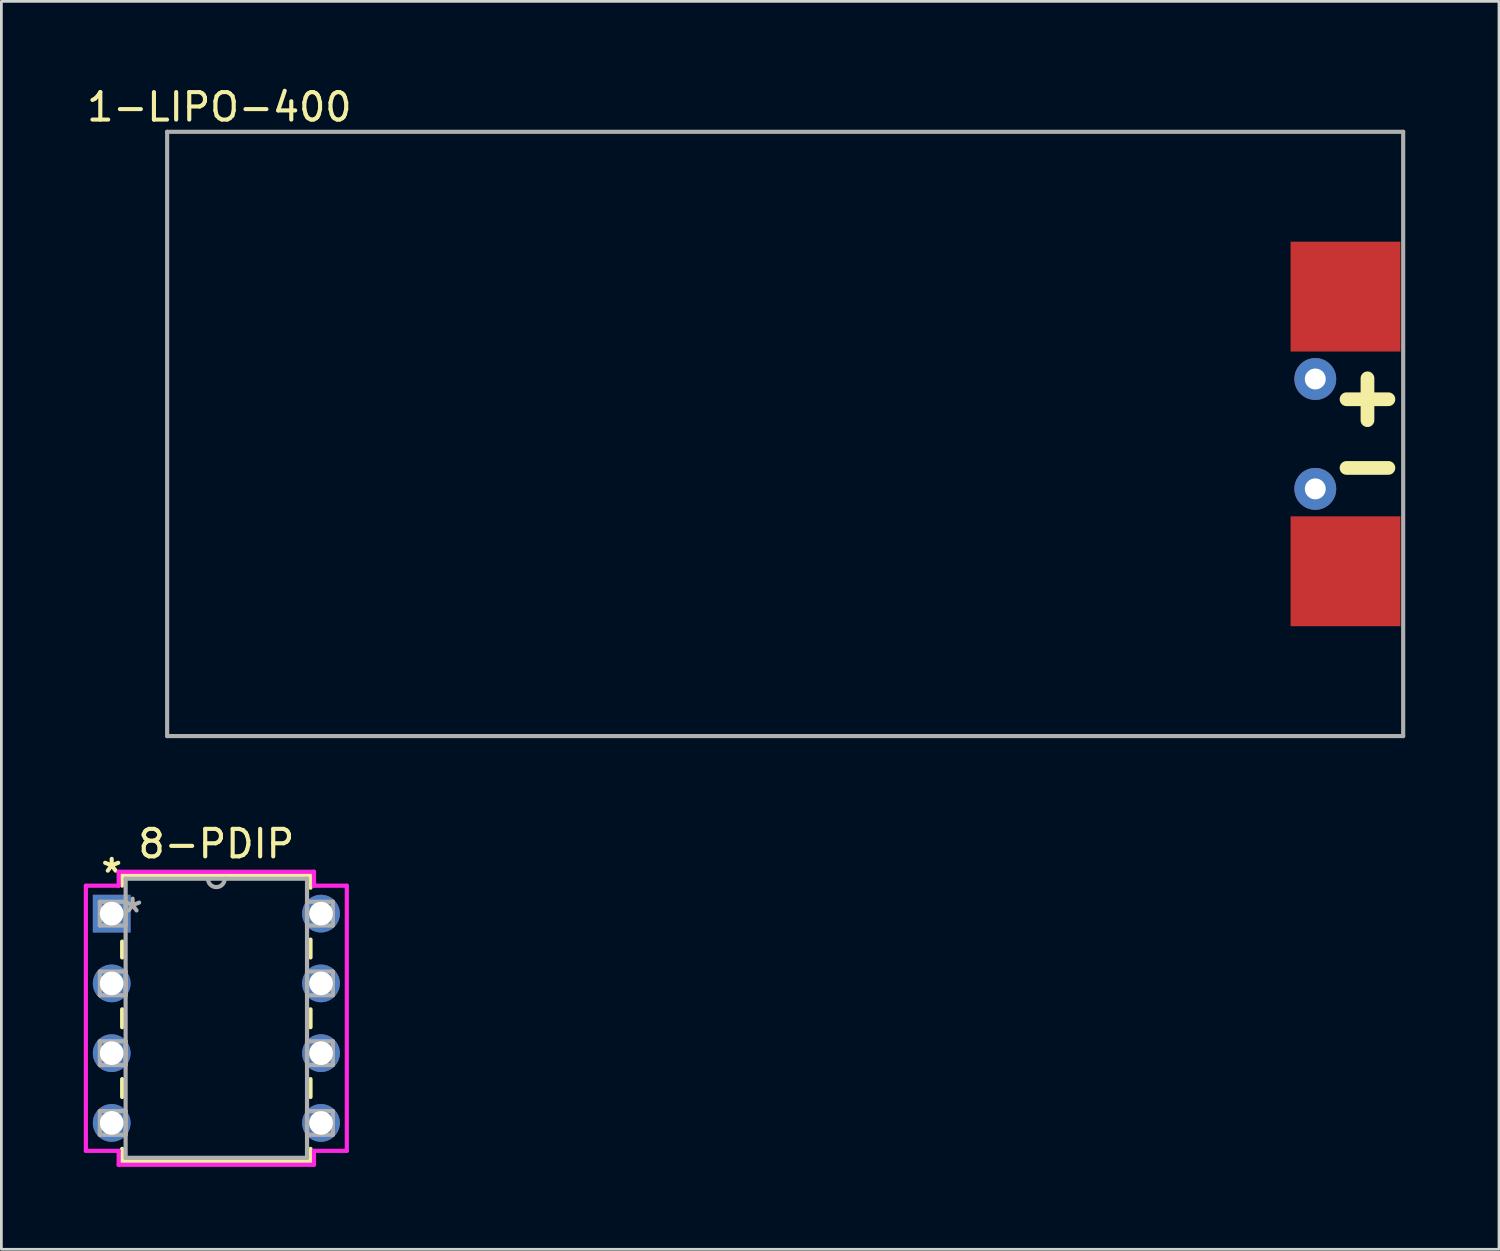
<source format=kicad_pcb>
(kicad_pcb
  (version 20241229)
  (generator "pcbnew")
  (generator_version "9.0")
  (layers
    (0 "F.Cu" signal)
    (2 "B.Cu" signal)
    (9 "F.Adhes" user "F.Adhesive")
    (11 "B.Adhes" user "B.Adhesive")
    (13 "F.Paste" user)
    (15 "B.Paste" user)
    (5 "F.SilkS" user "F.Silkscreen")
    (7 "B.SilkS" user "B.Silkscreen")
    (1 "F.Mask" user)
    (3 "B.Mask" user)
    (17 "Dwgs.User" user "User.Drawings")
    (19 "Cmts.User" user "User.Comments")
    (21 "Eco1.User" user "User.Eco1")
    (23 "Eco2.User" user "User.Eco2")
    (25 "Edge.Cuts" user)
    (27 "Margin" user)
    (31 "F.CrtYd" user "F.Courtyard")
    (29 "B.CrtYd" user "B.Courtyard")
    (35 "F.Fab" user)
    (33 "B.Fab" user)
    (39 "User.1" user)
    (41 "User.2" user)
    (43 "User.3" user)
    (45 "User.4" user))
  (footprint "8-PDIP"
    (layer "F.Cu")
    (at 4.826 34.022)
    (property "Reference" "8-PDIP" (at 0 -6.35 0) (layer "F.SilkS") (effects (font (size 1 1) (thickness 0.15))))
    (attr through_hole)
    (fp_line (start -3.429 -5.207) (end -3.429 -4.829) (stroke (width 0.152) (type solid)) (layer "F.SilkS"))
    (fp_line (start -3.429 -2.791) (end -3.429 -2.215) (stroke (width 0.152) (type solid)) (layer "F.SilkS"))
    (fp_line (start -3.429 -0.325) (end -3.429 0.325) (stroke (width 0.152) (type solid)) (layer "F.SilkS"))
    (fp_line (start -3.429 2.215) (end -3.429 2.865) (stroke (width 0.152) (type solid)) (layer "F.SilkS"))
    (fp_line (start -3.429 4.755) (end -3.429 5.207) (stroke (width 0.152) (type solid)) (layer "F.SilkS"))
    (fp_line (start -3.429 5.207) (end 3.429 5.207) (stroke (width 0.152) (type solid)) (layer "F.SilkS"))
    (fp_line (start 3.429 -5.207) (end -3.429 -5.207) (stroke (width 0.152) (type solid)) (layer "F.SilkS"))
    (fp_line (start 3.429 -4.755) (end 3.429 -5.207) (stroke (width 0.152) (type solid)) (layer "F.SilkS"))
    (fp_line (start 3.429 -2.215) (end 3.429 -2.865) (stroke (width 0.152) (type solid)) (layer "F.SilkS"))
    (fp_line (start 3.429 0.325) (end 3.429 -0.325) (stroke (width 0.152) (type solid)) (layer "F.SilkS"))
    (fp_line (start 3.429 2.865) (end 3.429 2.215) (stroke (width 0.152) (type solid)) (layer "F.SilkS"))
    (fp_line (start 3.429 5.207) (end 3.429 4.755) (stroke (width 0.152) (type solid)) (layer "F.SilkS"))
    (fp_line (start -4.75 -4.826) (end -4.75 4.826) (stroke (width 0.152) (type solid)) (layer "F.CrtYd"))
    (fp_line (start -4.75 4.826) (end -3.556 4.826) (stroke (width 0.152) (type solid)) (layer "F.CrtYd"))
    (fp_line (start -3.556 -5.334) (end -3.556 -4.826) (stroke (width 0.152) (type solid)) (layer "F.CrtYd"))
    (fp_line (start -3.556 -4.826) (end -4.75 -4.826) (stroke (width 0.152) (type solid)) (layer "F.CrtYd"))
    (fp_line (start -3.556 4.826) (end -3.556 5.334) (stroke (width 0.152) (type solid)) (layer "F.CrtYd"))
    (fp_line (start -3.556 5.334) (end 3.556 5.334) (stroke (width 0.152) (type solid)) (layer "F.CrtYd"))
    (fp_line (start 3.556 -5.334) (end -3.556 -5.334) (stroke (width 0.152) (type solid)) (layer "F.CrtYd"))
    (fp_line (start 3.556 -4.826) (end 3.556 -5.334) (stroke (width 0.152) (type solid)) (layer "F.CrtYd"))
    (fp_line (start 3.556 4.826) (end 4.75 4.826) (stroke (width 0.152) (type solid)) (layer "F.CrtYd"))
    (fp_line (start 3.556 5.334) (end 3.556 4.826) (stroke (width 0.152) (type solid)) (layer "F.CrtYd"))
    (fp_line (start 4.75 -4.826) (end 3.556 -4.826) (stroke (width 0.152) (type solid)) (layer "F.CrtYd"))
    (fp_line (start 4.75 4.826) (end 4.75 -4.826) (stroke (width 0.152) (type solid)) (layer "F.CrtYd"))
    (fp_line (start -4.242 -4.242) (end -4.242 -3.378) (stroke (width 0.152) (type solid)) (layer "F.Fab"))
    (fp_line (start -4.242 -3.378) (end -3.302 -3.378) (stroke (width 0.152) (type solid)) (layer "F.Fab"))
    (fp_line (start -4.242 -1.702) (end -4.242 -0.838) (stroke (width 0.152) (type solid)) (layer "F.Fab"))
    (fp_line (start -4.242 -0.838) (end -3.302 -0.838) (stroke (width 0.152) (type solid)) (layer "F.Fab"))
    (fp_line (start -4.242 0.838) (end -4.242 1.702) (stroke (width 0.152) (type solid)) (layer "F.Fab"))
    (fp_line (start -4.242 1.702) (end -3.302 1.702) (stroke (width 0.152) (type solid)) (layer "F.Fab"))
    (fp_line (start -4.242 3.378) (end -4.242 4.242) (stroke (width 0.152) (type solid)) (layer "F.Fab"))
    (fp_line (start -4.242 4.242) (end -3.302 4.242) (stroke (width 0.152) (type solid)) (layer "F.Fab"))
    (fp_line (start -3.302 -5.08) (end -3.302 5.08) (stroke (width 0.152) (type solid)) (layer "F.Fab"))
    (fp_line (start -3.302 -4.242) (end -4.242 -4.242) (stroke (width 0.152) (type solid)) (layer "F.Fab"))
    (fp_line (start -3.302 -3.378) (end -3.302 -4.242) (stroke (width 0.152) (type solid)) (layer "F.Fab"))
    (fp_line (start -3.302 -1.702) (end -4.242 -1.702) (stroke (width 0.152) (type solid)) (layer "F.Fab"))
    (fp_line (start -3.302 -0.838) (end -3.302 -1.702) (stroke (width 0.152) (type solid)) (layer "F.Fab"))
    (fp_line (start -3.302 0.838) (end -4.242 0.838) (stroke (width 0.152) (type solid)) (layer "F.Fab"))
    (fp_line (start -3.302 1.702) (end -3.302 0.838) (stroke (width 0.152) (type solid)) (layer "F.Fab"))
    (fp_line (start -3.302 3.378) (end -4.242 3.378) (stroke (width 0.152) (type solid)) (layer "F.Fab"))
    (fp_line (start -3.302 4.242) (end -3.302 3.378) (stroke (width 0.152) (type solid)) (layer "F.Fab"))
    (fp_line (start -3.302 5.08) (end 3.302 5.08) (stroke (width 0.152) (type solid)) (layer "F.Fab"))
    (fp_line (start 3.302 -5.08) (end -3.302 -5.08) (stroke (width 0.152) (type solid)) (layer "F.Fab"))
    (fp_line (start 3.302 -4.242) (end 3.302 -3.378) (stroke (width 0.152) (type solid)) (layer "F.Fab"))
    (fp_line (start 3.302 -3.378) (end 4.242 -3.378) (stroke (width 0.152) (type solid)) (layer "F.Fab"))
    (fp_line (start 3.302 -1.702) (end 3.302 -0.838) (stroke (width 0.152) (type solid)) (layer "F.Fab"))
    (fp_line (start 3.302 -0.838) (end 4.242 -0.838) (stroke (width 0.152) (type solid)) (layer "F.Fab"))
    (fp_line (start 3.302 0.838) (end 3.302 1.702) (stroke (width 0.152) (type solid)) (layer "F.Fab"))
    (fp_line (start 3.302 1.702) (end 4.242 1.702) (stroke (width 0.152) (type solid)) (layer "F.Fab"))
    (fp_line (start 3.302 3.378) (end 3.302 4.242) (stroke (width 0.152) (type solid)) (layer "F.Fab"))
    (fp_line (start 3.302 4.242) (end 4.242 4.242) (stroke (width 0.152) (type solid)) (layer "F.Fab"))
    (fp_line (start 3.302 5.08) (end 3.302 -5.08) (stroke (width 0.152) (type solid)) (layer "F.Fab"))
    (fp_line (start 4.242 -4.242) (end 3.302 -4.242) (stroke (width 0.152) (type solid)) (layer "F.Fab"))
    (fp_line (start 4.242 -3.378) (end 4.242 -4.242) (stroke (width 0.152) (type solid)) (layer "F.Fab"))
    (fp_line (start 4.242 -1.702) (end 3.302 -1.702) (stroke (width 0.152) (type solid)) (layer "F.Fab"))
    (fp_line (start 4.242 -0.838) (end 4.242 -1.702) (stroke (width 0.152) (type solid)) (layer "F.Fab"))
    (fp_line (start 4.242 0.838) (end 3.302 0.838) (stroke (width 0.152) (type solid)) (layer "F.Fab"))
    (fp_line (start 4.242 1.702) (end 4.242 0.838) (stroke (width 0.152) (type solid)) (layer "F.Fab"))
    (fp_line (start 4.242 3.378) (end 3.302 3.378) (stroke (width 0.152) (type solid)) (layer "F.Fab"))
    (fp_line (start 4.242 4.242) (end 4.242 3.378) (stroke (width 0.152) (type solid)) (layer "F.Fab"))
    (fp_arc (start 0.3048 -5.08) (mid 0 -4.7752) (end -0.3048 -5.08) (stroke (width 0.1524) (type solid)) (layer "F.Fab"))
    (fp_text user "*" (at -3.81 -5.258 0) (layer "F.SilkS") (effects (font (size 1 1) (thickness 0.15))))
    (fp_text user "*" (at -3.048 -3.81 0) (layer "F.Fab") (effects (font (size 1 1) (thickness 0.15))))
    (pad "1" thru_hole rect (at -3.81 -3.81) (size 1.372 1.372) (drill 0.864) (layers "*.Cu" "*.Mask"))
    (pad "2" thru_hole circle (at -3.81 -1.27) (size 1.372 1.372) (drill 0.864) (layers "*.Cu" "*.Mask"))
    (pad "3" thru_hole circle (at -3.81 1.27) (size 1.372 1.372) (drill 0.864) (layers "*.Cu" "*.Mask"))
    (pad "4" thru_hole circle (at -3.81 3.81) (size 1.372 1.372) (drill 0.864) (layers "*.Cu" "*.Mask"))
    (pad "5" thru_hole circle (at 3.81 3.81) (size 1.372 1.372) (drill 0.864) (layers "*.Cu" "*.Mask"))
    (pad "6" thru_hole circle (at 3.81 1.27) (size 1.372 1.372) (drill 0.864) (layers "*.Cu" "*.Mask"))
    (pad "7" thru_hole circle (at 3.81 -1.27) (size 1.372 1.372) (drill 0.864) (layers "*.Cu" "*.Mask"))
    (pad "8" thru_hole circle (at 3.81 -3.81) (size 1.372 1.372) (drill 0.864) (layers "*.Cu" "*.Mask")))
  (footprint "1-LIPO-400"
    (layer "F.Cu")
    (at 25.535 12.748)
    (property "Reference" "1-LIPO-400" (at -20.6 -11.9 0) (layer "F.SilkS") (effects (font (size 1 1) (thickness 0.15))))
    (attr through_hole)
    (fp_line (start -22.5 -11) (end 22.5 -11) (stroke (width 0.15) (type solid)) (layer "F.Fab"))
    (fp_line (start -22.5 11) (end -22.5 -11) (stroke (width 0.15) (type solid)) (layer "F.Fab"))
    (fp_line (start -22.5 11) (end 22.5 11) (stroke (width 0.15) (type solid)) (layer "F.Fab"))
    (fp_line (start 22.5 11) (end 22.5 -11) (stroke (width 0.15) (type solid)) (layer "F.Fab"))
    (fp_text user "+" (at 21.2 -1.4 0) (layer "F.SilkS") (effects (font (size 2 2) (thickness 0.5))))
    (fp_text user "-" (at 21.2 1.1 0) (layer "F.SilkS") (effects (font (size 2 2) (thickness 0.5))))
    (pad "1" thru_hole circle (at 19.3 -2) (size 1.524 1.524) (drill 0.762) (layers "*.Cu" "*.Mask"))
    (pad "1" smd rect (at 20.4 -5) (size 4 4) (layers "F.Cu" "F.Mask" "F.Paste"))
    (pad "2" thru_hole circle (at 19.3 2) (size 1.524 1.524) (drill 0.762) (layers "*.Cu" "*.Mask"))
    (pad "2" smd rect (at 20.4 5) (size 4 4) (layers "F.Cu" "F.Mask" "F.Paste")))
  (gr_rect
    (start -3 -3)
    (end 51.523 42.432)
    (stroke (width 0.1) (type default))
    (fill no)
    (layer "Edge.Cuts")))
</source>
